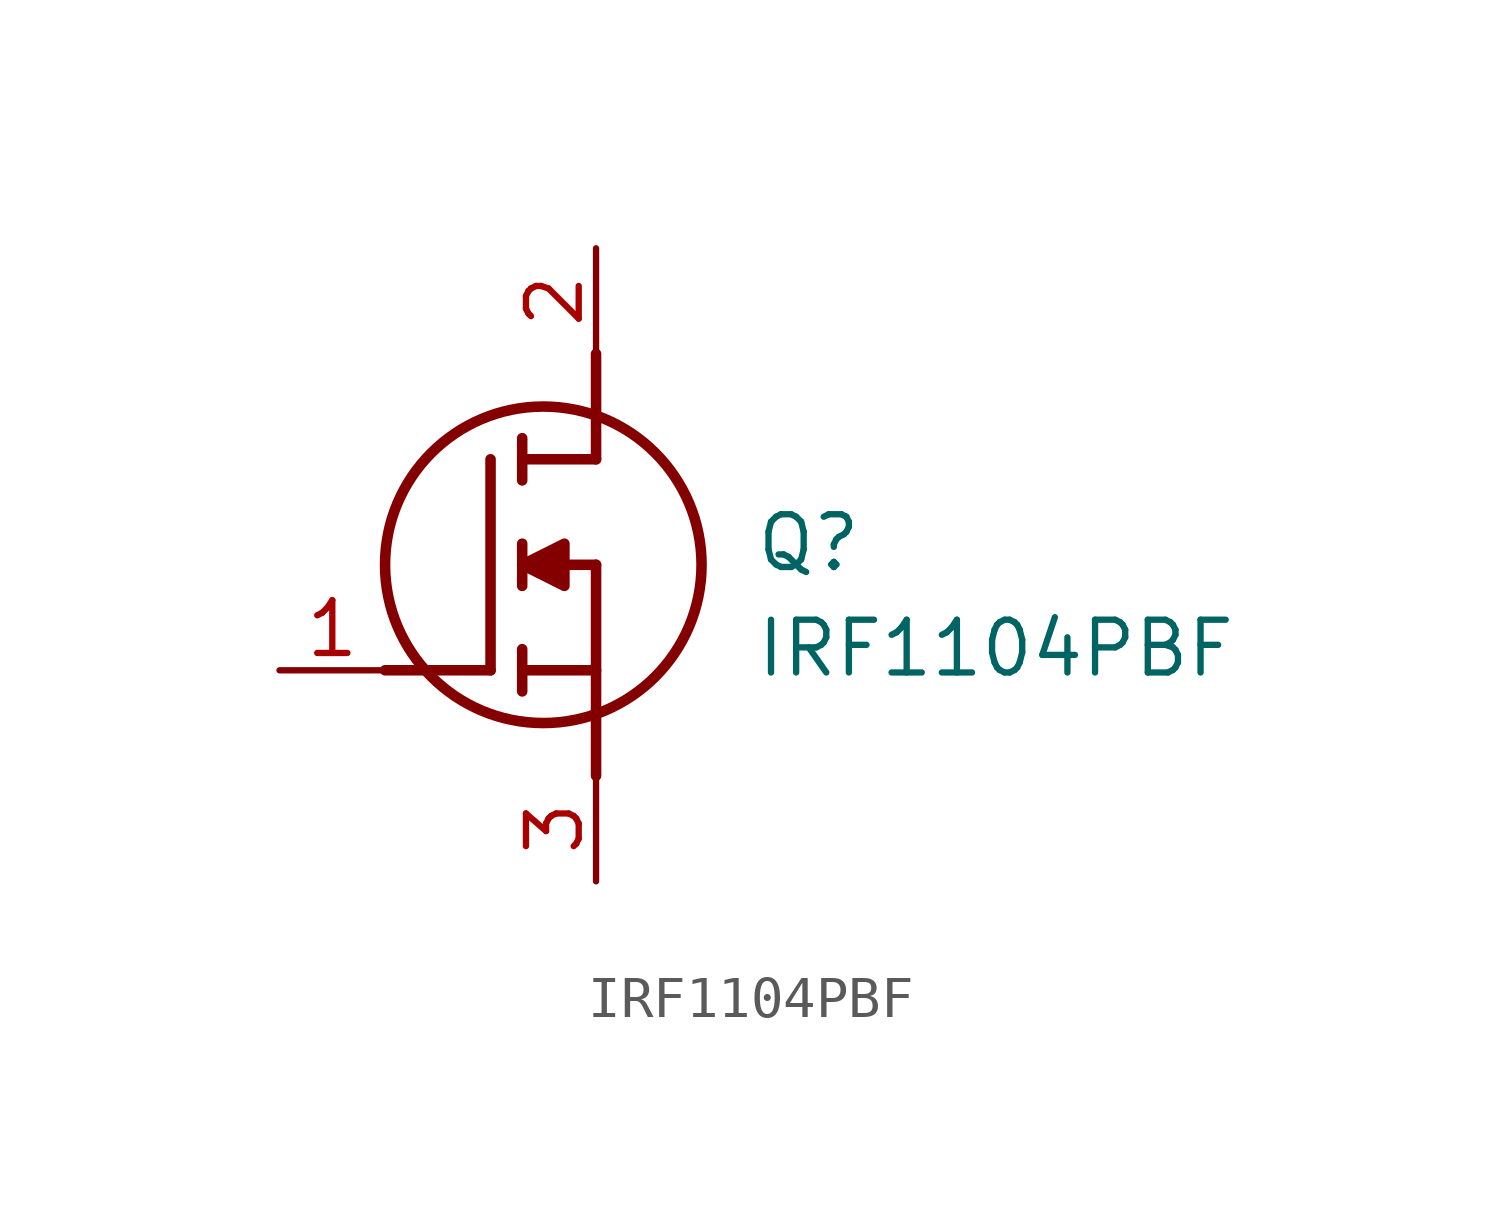
<source format=kicad_sym>
(kicad_symbol_lib
  (version 20211014)
  (generator SamacSys_ECAD_Model)
  (symbol "IRF1104PBF"
    (pin_names hide)
    (property "Reference" "Q"
      (at 11.43 3.81 0)
      (effects (font (size 1.27 1.27)) (justify left top)))
    (property "Value" "IRF1104PBF"
      (at 11.43 1.27 0)
      (effects (font (size 1.27 1.27)) (justify left top)))
    (polyline
      (pts (xy 7.62 2.54) (xy 7.62 -2.54))
      (stroke (width 0.254) (type default))
      (fill (type none)))
    (polyline
      (pts (xy 7.62 5.08) (xy 7.62 7.62))
      (stroke (width 0.254) (type default))
      (fill (type none)))
    (polyline
      (pts (xy 2.54 0) (xy 5.08 0))
      (stroke (width 0.254) (type default))
      (fill (type none)))
    (polyline
      (pts (xy 5.08 5.08) (xy 5.08 0))
      (stroke (width 0.254) (type default))
      (fill (type none)))
    (polyline
      (pts (xy 7.62 2.54) (xy 5.842 2.54))
      (stroke (width 0.254) (type default))
      (fill (type none)))
    (polyline
      (pts (xy 7.62 5.08) (xy 5.842 5.08))
      (stroke (width 0.254) (type default))
      (fill (type none)))
    (polyline
      (pts (xy 5.842 0) (xy 7.62 0))
      (stroke (width 0.254) (type default))
      (fill (type none)))
    (polyline
      (pts (xy 5.842 5.588) (xy 5.842 4.572))
      (stroke (width 0.254) (type default))
      (fill (type none)))
    (polyline
      (pts (xy 5.842 -0.508) (xy 5.842 0.508))
      (stroke (width 0.254) (type default))
      (fill (type none)))
    (polyline
      (pts (xy 5.842 2.032) (xy 5.842 3.048))
      (stroke (width 0.254) (type default))
      (fill (type none)))
    (circle
      (center 6.35 2.54)
      (radius 3.81)
      (stroke (width 0.254) (type default))
      (fill (type none)))
    (polyline
      (pts (xy 5.842 2.54) (xy 6.858 3.048) (xy 6.858 2.032) (xy 5.842 2.54))
      (stroke (width 0.254) (type default))
      (fill (type outline)))
    (pin passive line
      (at 0 0 0)
      (length 2.54)
      (name "G" (effects (font (size 1.27 1.27))))
      (number "1" (effects (font (size 1.27 1.27)))))
    (pin passive line
      (at 7.62 10.16 270)
      (length 2.54)
      (name "D" (effects (font (size 1.27 1.27))))
      (number "2" (effects (font (size 1.27 1.27)))))
    (pin passive line
      (at 7.62 -5.08 90)
      (length 2.54)
      (name "S" (effects (font (size 1.27 1.27))))
      (number "3" (effects (font (size 1.27 1.27)))))))
</source>
